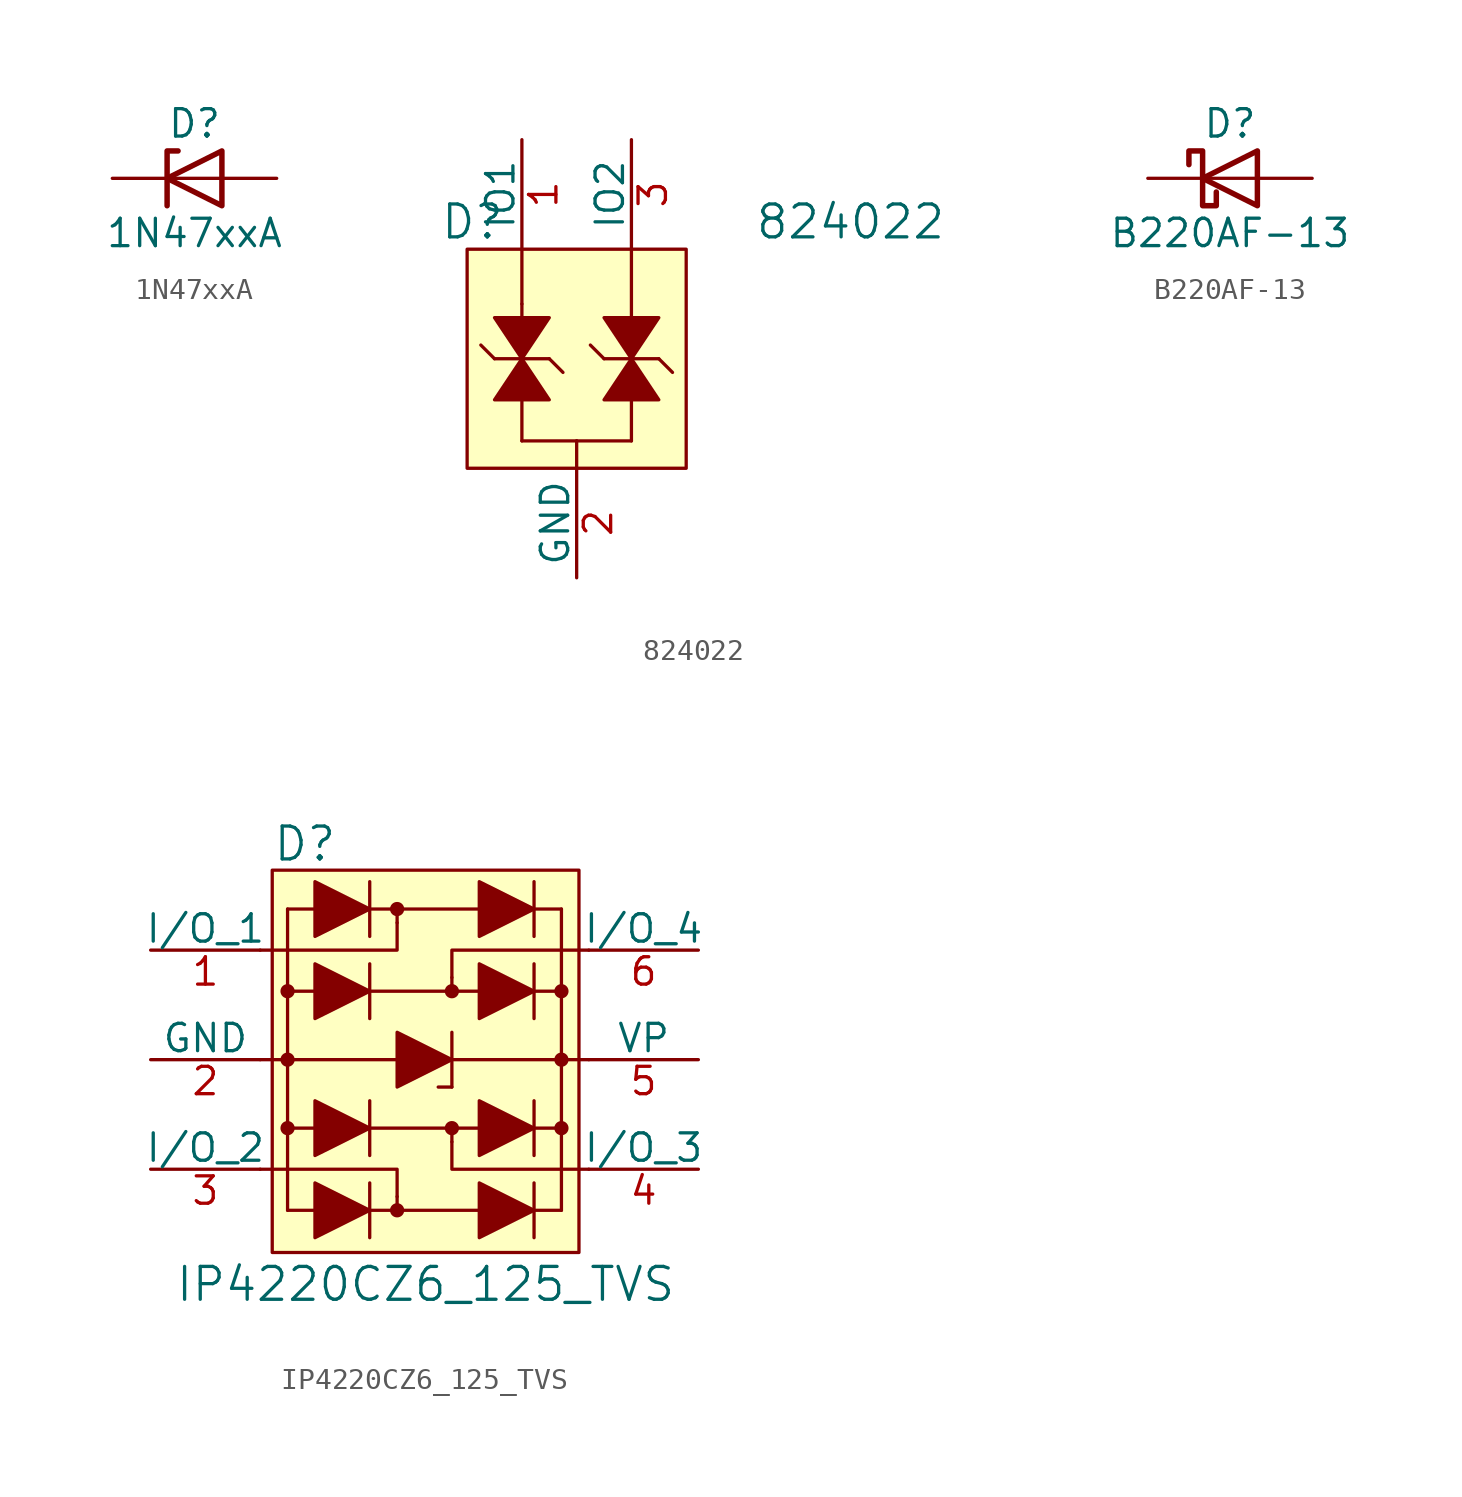
<source format=kicad_sym>
(kicad_symbol_lib
  (version 20220914)
  (generator kicad_symbol_editor)
  (symbol "1N47xxA"
    (pin_numbers hide)
    (pin_names
      (offset 1.016) hide)
    (property "Reference" "D"
      (at 0 2.54 0)
      (effects (font (size 1.27 1.27))))
    (property "Value" "1N47xxA"
      (at 0 -2.54 0)
      (effects (font (size 1.27 1.27))))
    (symbol "1N47xxA_0_1"
      (polyline (pts (xy 1.27 0) (xy -1.27 0)) (stroke (width 0) (type solid)) (fill (type none)))
      (polyline (pts (xy -1.27 -1.27) (xy -1.27 1.27) (xy -0.762 1.27)) (stroke (width 0.254) (type solid)) (fill (type none)))
      (polyline (pts (xy 1.27 -1.27) (xy 1.27 1.27) (xy -1.27 0) (xy 1.27 -1.27)) (stroke (width 0.254) (type solid)) (fill (type none))))
    (symbol "1N47xxA_1_1"
      (pin passive line (at -3.81 0 0) (length 2.54) (name "K" (effects (font (size 1.27 1.27)))) (number "1" (effects (font (size 1.27 1.27)))))
      (pin passive line (at 3.81 0 180) (length 2.54) (name "A" (effects (font (size 1.27 1.27)))) (number "2" (effects (font (size 1.27 1.27)))))))
  (symbol "824022"
    (pin_names
      (offset 0))
    (property "Reference" "D"
      (at -11.43 6.35 0)
      (effects (font (size 1.524 1.524)) (justify left)))
    (property "Value" "824022"
      (at 7.62 6.35 0)
      (effects (font (size 1.524 1.524))))
    (symbol "824022_0_1"
      (rectangle (start -10.16 5.08) (end 0 -5.08) (stroke (width 0) (type solid)) (fill (type background)))
      (polyline (pts (xy -9.525 0.635) (xy -8.89 0)) (stroke (width 0) (type solid)) (fill (type none)))
      (polyline (pts (xy -7.62 -1.905) (xy -7.62 -3.81)) (stroke (width 0) (type solid)) (fill (type none)))
      (polyline (pts (xy -7.62 1.27) (xy -7.62 2.54)) (stroke (width 0) (type solid)) (fill (type none)))
      (polyline (pts (xy -7.62 5.08) (xy -7.62 2.54)) (stroke (width 0) (type solid)) (fill (type none)))
      (polyline (pts (xy -5.715 -0.635) (xy -6.35 0)) (stroke (width 0) (type solid)) (fill (type none)))
      (polyline (pts (xy -5.08 -5.08) (xy -5.08 -3.81)) (stroke (width 0) (type solid)) (fill (type none)))
      (polyline (pts (xy -5.08 -3.81) (xy -7.62 -3.81)) (stroke (width 0) (type solid)) (fill (type none)))
      (polyline (pts (xy -5.08 -3.81) (xy -2.54 -3.81)) (stroke (width 0) (type solid)) (fill (type none)))
      (polyline (pts (xy -2.54 -1.905) (xy -2.54 -3.81)) (stroke (width 0) (type solid)) (fill (type none)))
      (polyline (pts (xy -2.54 5.08) (xy -2.54 1.905)) (stroke (width 0) (type solid)) (fill (type none))))
    (symbol "824022_1_1"
      (polyline (pts (xy -8.89 0) (xy -6.35 0)) (stroke (width 0) (type solid)) (fill (type none)))
      (polyline (pts (xy -4.445 0.635) (xy -3.81 0)) (stroke (width 0) (type solid)) (fill (type none)))
      (polyline (pts (xy -3.81 0) (xy -1.27 0)) (stroke (width 0) (type solid)) (fill (type none)))
      (polyline (pts (xy -0.635 -0.635) (xy -1.27 0)) (stroke (width 0) (type solid)) (fill (type none)))
      (polyline (pts (xy -8.89 -1.905) (xy -6.35 -1.905) (xy -7.62 0) (xy -8.89 -1.905)) (stroke (width 0) (type solid)) (fill (type outline)))
      (polyline (pts (xy -6.35 1.905) (xy -8.89 1.905) (xy -7.62 0) (xy -6.35 1.905)) (stroke (width 0) (type solid)) (fill (type outline)))
      (polyline (pts (xy -3.81 -1.905) (xy -1.27 -1.905) (xy -2.54 0) (xy -3.81 -1.905)) (stroke (width 0) (type solid)) (fill (type outline)))
      (polyline (pts (xy -1.27 1.905) (xy -3.81 1.905) (xy -2.54 0) (xy -1.27 1.905)) (stroke (width 0) (type solid)) (fill (type outline)))
      (pin bidirectional line (at -7.62 10.16 270) (length 5.08) (name "IO1" (effects (font (size 1.27 1.27)))) (number "1" (effects (font (size 1.27 1.27)))))
      (pin power_in line (at -5.08 -10.16 90) (length 5.08) (name "GND" (effects (font (size 1.27 1.27)))) (number "2" (effects (font (size 1.27 1.27)))))
      (pin bidirectional line (at -2.54 10.16 270) (length 5.08) (name "IO2" (effects (font (size 1.27 1.27)))) (number "3" (effects (font (size 1.27 1.27)))))))
  (symbol "B220AF-13"
    (pin_numbers hide)
    (pin_names
      (offset 1.016) hide)
    (property "Reference" "D"
      (at 0 2.54 0)
      (effects (font (size 1.27 1.27))))
    (property "Value" "B220AF-13"
      (at 0 -2.54 0)
      (effects (font (size 1.27 1.27))))
    (symbol "B220AF-13_0_1"
      (polyline (pts (xy 1.27 0) (xy -1.27 0)) (stroke (width 0) (type solid)) (fill (type none)))
      (polyline (pts (xy 1.27 1.27) (xy 1.27 -1.27) (xy -1.27 0) (xy 1.27 1.27)) (stroke (width 0.254) (type solid)) (fill (type none)))
      (polyline (pts (xy -1.905 0.635) (xy -1.905 1.27) (xy -1.27 1.27) (xy -1.27 -1.27) (xy -0.635 -1.27) (xy -0.635 -0.635)) (stroke (width 0.254) (type solid)) (fill (type none))))
    (symbol "B220AF-13_1_1"
      (pin passive line (at -3.81 0 0) (length 2.54) (name "K" (effects (font (size 1.27 1.27)))) (number "1" (effects (font (size 1.27 1.27)))))
      (pin passive line (at 3.81 0 180) (length 2.54) (name "A" (effects (font (size 1.27 1.27)))) (number "2" (effects (font (size 1.27 1.27)))))))
  (symbol "IP4220CZ6_125_TVS"
    (pin_names
      (offset 0))
    (property "Reference" "D"
      (at -7.061 7.468 0)
      (effects (font (size 1.524 1.524)) (justify left)))
    (property "Value" "IP4220CZ6_125_TVS"
      (at 0.051 -12.954 0)
      (effects (font (size 1.524 1.524))))
    (symbol "IP4220CZ6_125_TVS_0_1"
      (rectangle (start -7.061 6.248) (end 7.163 -11.481) (stroke (width 0) (type solid)) (fill (type background)))
      (circle (center -6.35 -5.715) (radius 0.254) (stroke (width 0) (type solid)) (fill (type outline)))
      (circle (center -6.35 -2.54) (radius 0.254) (stroke (width 0) (type solid)) (fill (type outline)))
      (circle (center -6.35 0.635) (radius 0.254) (stroke (width 0) (type solid)) (fill (type outline)))
      (circle (center -1.27 -9.525) (radius 0.254) (stroke (width 0) (type solid)) (fill (type outline)))
      (circle (center -1.27 4.445) (radius 0.254) (stroke (width 0) (type solid)) (fill (type outline)))
      (polyline (pts (xy -6.35 -9.525) (xy -6.35 4.445)) (stroke (width 0) (type solid)) (fill (type none)))
      (polyline (pts (xy -6.35 -9.525) (xy 6.35 -9.525)) (stroke (width 0) (type solid)) (fill (type none)))
      (polyline (pts (xy -6.35 0.635) (xy 6.35 0.635)) (stroke (width 0) (type solid)) (fill (type none)))
      (polyline (pts (xy -6.35 4.445) (xy 6.35 4.445)) (stroke (width 0) (type solid)) (fill (type none)))
      (polyline (pts (xy -2.54 -8.255) (xy -2.54 -10.795)) (stroke (width 0) (type solid)) (fill (type none)))
      (polyline (pts (xy -2.54 -4.445) (xy -2.54 -6.985)) (stroke (width 0) (type solid)) (fill (type none)))
      (polyline (pts (xy -2.54 1.905) (xy -2.54 -0.635)) (stroke (width 0) (type solid)) (fill (type none)))
      (polyline (pts (xy -2.54 5.715) (xy -2.54 3.175)) (stroke (width 0) (type solid)) (fill (type none)))
      (polyline (pts (xy -1.27 -8.89) (xy -1.27 -9.525)) (stroke (width 0) (type solid)) (fill (type none)))
      (polyline (pts (xy -1.27 -2.54) (xy -7.62 -2.54)) (stroke (width 0) (type solid)) (fill (type none)))
      (polyline (pts (xy -1.27 -2.54) (xy 1.27 -2.54)) (stroke (width 0) (type solid)) (fill (type none)))
      (polyline (pts (xy -1.27 3.81) (xy -1.27 4.445)) (stroke (width 0) (type solid)) (fill (type none)))
      (polyline (pts (xy 1.27 -5.715) (xy 1.27 -6.35)) (stroke (width 0) (type solid)) (fill (type none)))
      (polyline (pts (xy 1.27 -3.81) (xy 0.635 -3.81)) (stroke (width 0) (type solid)) (fill (type none)))
      (polyline (pts (xy 1.27 -2.54) (xy 7.62 -2.54)) (stroke (width 0) (type solid)) (fill (type none)))
      (polyline (pts (xy 1.27 -1.27) (xy 1.27 -3.81)) (stroke (width 0) (type solid)) (fill (type none)))
      (polyline (pts (xy 1.27 0.635) (xy 1.27 1.27)) (stroke (width 0) (type solid)) (fill (type none)))
      (polyline (pts (xy 5.08 -8.255) (xy 5.08 -10.795)) (stroke (width 0) (type solid)) (fill (type none)))
      (polyline (pts (xy 5.08 -4.445) (xy 5.08 -6.985)) (stroke (width 0) (type solid)) (fill (type none)))
      (polyline (pts (xy 5.08 1.905) (xy 5.08 -0.635)) (stroke (width 0) (type solid)) (fill (type none)))
      (polyline (pts (xy 5.08 5.715) (xy 5.08 3.175)) (stroke (width 0) (type solid)) (fill (type none)))
      (polyline (pts (xy 6.35 -5.715) (xy -6.35 -5.715)) (stroke (width 0) (type solid)) (fill (type none)))
      (polyline (pts (xy 6.35 4.445) (xy 6.35 -9.525)) (stroke (width 0) (type solid)) (fill (type none)))
      (polyline (pts (xy -1.27 -8.89) (xy -1.27 -7.62) (xy -7.62 -7.62)) (stroke (width 0) (type solid)) (fill (type none)))
      (polyline (pts (xy -1.27 3.81) (xy -1.27 2.54) (xy -7.62 2.54)) (stroke (width 0) (type solid)) (fill (type none)))
      (polyline (pts (xy 1.27 1.27) (xy 1.27 2.54) (xy 7.62 2.54)) (stroke (width 0) (type solid)) (fill (type none)))
      (polyline (pts (xy 7.62 -7.62) (xy 1.27 -7.62) (xy 1.27 -6.35)) (stroke (width 0) (type solid)) (fill (type none)))
      (polyline (pts (xy -5.08 -8.255) (xy -5.08 -10.795) (xy -2.54 -9.525) (xy -5.08 -8.255)) (stroke (width 0) (type solid)) (fill (type outline)))
      (polyline (pts (xy -5.08 -4.445) (xy -5.08 -6.985) (xy -2.54 -5.715) (xy -5.08 -4.445)) (stroke (width 0) (type solid)) (fill (type outline)))
      (polyline (pts (xy -5.08 1.905) (xy -5.08 -0.635) (xy -2.54 0.635) (xy -5.08 1.905)) (stroke (width 0) (type solid)) (fill (type outline)))
      (polyline (pts (xy -5.08 5.715) (xy -5.08 3.175) (xy -2.54 4.445) (xy -5.08 5.715)) (stroke (width 0) (type solid)) (fill (type outline)))
      (polyline (pts (xy -1.27 -1.27) (xy -1.27 -3.81) (xy 1.27 -2.54) (xy -1.27 -1.27)) (stroke (width 0) (type solid)) (fill (type outline)))
      (polyline (pts (xy 2.54 -8.255) (xy 2.54 -10.795) (xy 5.08 -9.525) (xy 2.54 -8.255)) (stroke (width 0) (type solid)) (fill (type outline)))
      (polyline (pts (xy 2.54 1.905) (xy 2.54 -0.635) (xy 5.08 0.635) (xy 2.54 1.905)) (stroke (width 0) (type solid)) (fill (type outline)))
      (polyline (pts (xy 5.08 -5.715) (xy 2.54 -4.445) (xy 2.54 -6.985) (xy 5.08 -5.715)) (stroke (width 0) (type solid)) (fill (type outline)))
      (polyline (pts (xy 5.08 4.445) (xy 2.54 5.715) (xy 2.54 3.175) (xy 5.08 4.445)) (stroke (width 0) (type solid)) (fill (type outline)))
      (circle (center 1.27 -5.715) (radius 0.254) (stroke (width 0) (type solid)) (fill (type outline)))
      (circle (center 1.27 0.635) (radius 0.254) (stroke (width 0) (type solid)) (fill (type outline)))
      (circle (center 6.35 -5.715) (radius 0.254) (stroke (width 0) (type solid)) (fill (type outline)))
      (circle (center 6.35 -2.54) (radius 0.254) (stroke (width 0) (type solid)) (fill (type outline)))
      (circle (center 6.35 0.635) (radius 0.254) (stroke (width 0) (type solid)) (fill (type outline))))
    (symbol "IP4220CZ6_125_TVS_1_1"
      (pin passive line (at -12.7 2.54 0) (length 5.08) (name "I/O_1" (effects (font (size 1.27 1.27)))) (number "1" (effects (font (size 1.27 1.27)))))
      (pin power_in line (at -12.7 -2.54 0) (length 5.08) (name "GND" (effects (font (size 1.27 1.27)))) (number "2" (effects (font (size 1.27 1.27)))))
      (pin passive line (at -12.7 -7.62 0) (length 5.08) (name "I/O_2" (effects (font (size 1.27 1.27)))) (number "3" (effects (font (size 1.27 1.27)))))
      (pin passive line (at 12.7 -7.62 180) (length 5.08) (name "I/O_3" (effects (font (size 1.27 1.27)))) (number "4" (effects (font (size 1.27 1.27)))))
      (pin power_in line (at 12.7 -2.54 180) (length 5.08) (name "VP" (effects (font (size 1.27 1.27)))) (number "5" (effects (font (size 1.27 1.27)))))
      (pin passive line (at 12.7 2.54 180) (length 5.08) (name "I/O_4" (effects (font (size 1.27 1.27)))) (number "6" (effects (font (size 1.27 1.27))))))))
</source>
